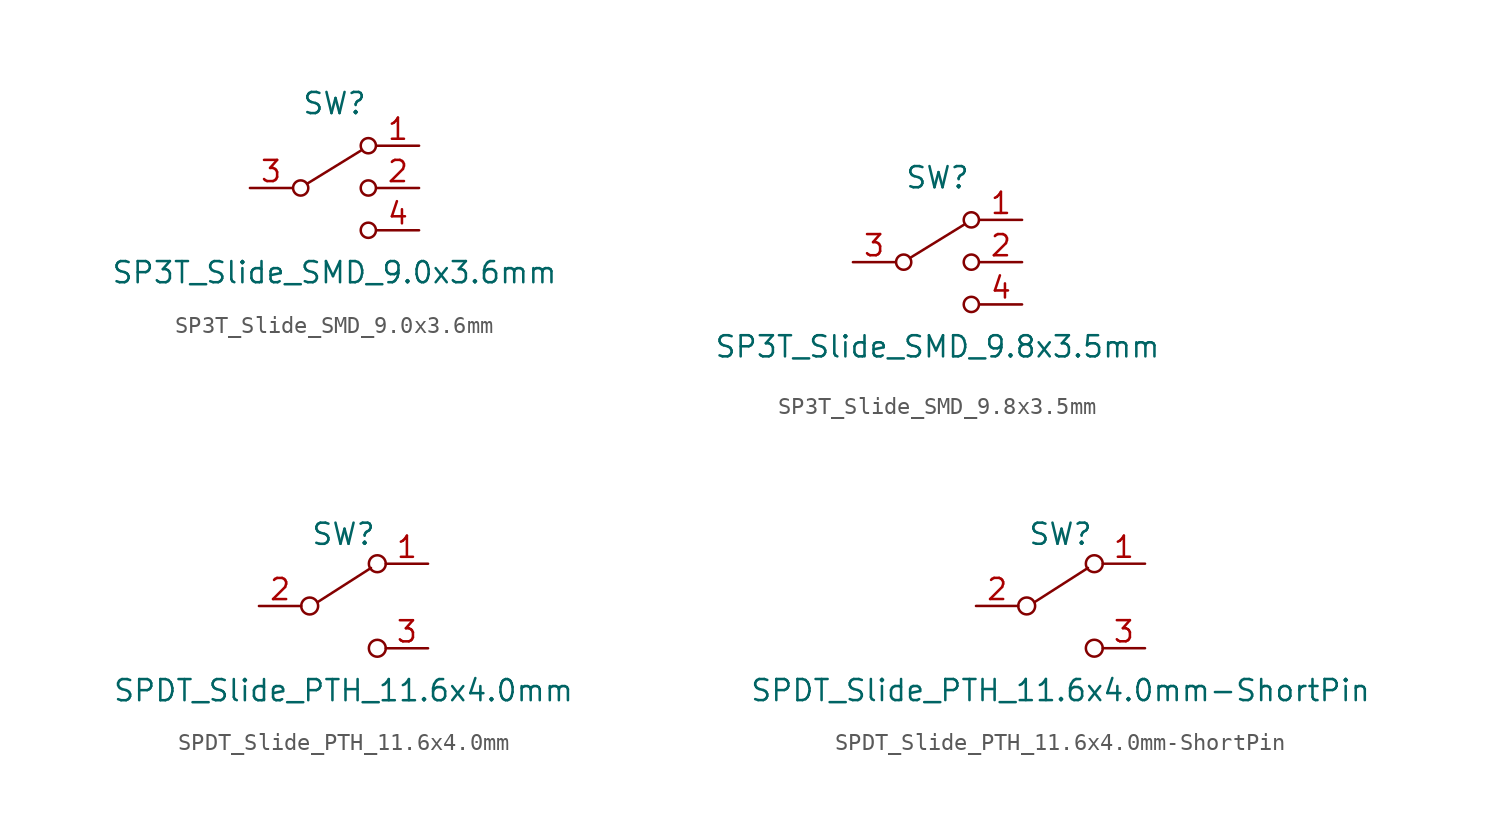
<source format=kicad_sym>
(kicad_symbol_lib
  (version 20231120)
  (generator "kicad_symbol_editor")
  (generator_version "8.0")
  (symbol "SP3T_Slide_SMD_9.0x3.6mm"
    (pin_names
      (offset 0) hide)
    (property "Reference" "SW"
      (at 0 5.08 0)
      (effects (font (size 1.27 1.27))))
    (property "Value" "SP3T_Slide_SMD_9.0x3.6mm"
      (at 0 -5.08 0)
      (effects (font (size 1.27 1.27))))
    (symbol "SP3T_Slide_SMD_9.0x3.6mm_0_1"
      (circle (center -2.032 0) (radius 0.457) (stroke (width 0) (type default)) (fill (type none)))
      (polyline (pts (xy -1.651 0.254) (xy 1.651 2.286)) (stroke (width 0) (type default)) (fill (type none)))
      (circle (center 2.032 -2.54) (radius 0.457) (stroke (width 0) (type default)) (fill (type none)))
      (circle (center 2.032 0) (radius 0.457) (stroke (width 0) (type default)) (fill (type none)))
      (circle (center 2.032 2.54) (radius 0.457) (stroke (width 0) (type default)) (fill (type none))))
    (symbol "SP3T_Slide_SMD_9.0x3.6mm_1_1"
      (pin passive line (at 5.08 2.54 180) (length 2.54) (name "1" (effects (font (size 1.27 1.27)))) (number "1" (effects (font (size 1.27 1.27)))))
      (pin passive line (at 5.08 0 180) (length 2.54) (name "2" (effects (font (size 1.27 1.27)))) (number "2" (effects (font (size 1.27 1.27)))))
      (pin passive line (at -5.08 0 0) (length 2.54) (name "3" (effects (font (size 1.27 1.27)))) (number "3" (effects (font (size 1.27 1.27)))))
      (pin passive line (at 5.08 -2.54 180) (length 2.54) (name "4" (effects (font (size 1.27 1.27)))) (number "4" (effects (font (size 1.27 1.27)))))
      (pin no_connect line (at -5.08 2.54 0) (length 2.54) hide (name "NC" (effects (font (size 1.27 1.27)))) (number "NC" (effects (font (size 1.27 1.27)))))))
  (symbol "SP3T_Slide_SMD_9.8x3.5mm"
    (pin_names
      (offset 0) hide)
    (property "Reference" "SW"
      (at 0 5.08 0)
      (effects (font (size 1.27 1.27))))
    (property "Value" "SP3T_Slide_SMD_9.8x3.5mm"
      (at 0 -5.08 0)
      (effects (font (size 1.27 1.27))))
    (symbol "SP3T_Slide_SMD_9.8x3.5mm_0_1"
      (circle (center -2.032 0) (radius 0.457) (stroke (width 0) (type default)) (fill (type none)))
      (polyline (pts (xy -1.651 0.254) (xy 1.651 2.286)) (stroke (width 0) (type default)) (fill (type none)))
      (circle (center 2.032 -2.54) (radius 0.457) (stroke (width 0) (type default)) (fill (type none)))
      (circle (center 2.032 0) (radius 0.457) (stroke (width 0) (type default)) (fill (type none)))
      (circle (center 2.032 2.54) (radius 0.457) (stroke (width 0) (type default)) (fill (type none))))
    (symbol "SP3T_Slide_SMD_9.8x3.5mm_1_1"
      (pin passive line (at 5.08 2.54 180) (length 2.54) (name "1" (effects (font (size 1.27 1.27)))) (number "1" (effects (font (size 1.27 1.27)))))
      (pin passive line (at 5.08 0 180) (length 2.54) (name "2" (effects (font (size 1.27 1.27)))) (number "2" (effects (font (size 1.27 1.27)))))
      (pin passive line (at -5.08 0 0) (length 2.54) (name "3" (effects (font (size 1.27 1.27)))) (number "3" (effects (font (size 1.27 1.27)))))
      (pin passive line (at 5.08 -2.54 180) (length 2.54) (name "4" (effects (font (size 1.27 1.27)))) (number "4" (effects (font (size 1.27 1.27)))))
      (pin no_connect line (at -5.08 2.54 0) (length 2.54) hide (name "5" (effects (font (size 1.27 1.27)))) (number "5" (effects (font (size 1.27 1.27)))))
      (pin no_connect line (at -5.08 5.08 0) (length 2.54) hide (name "6" (effects (font (size 1.27 1.27)))) (number "6" (effects (font (size 1.27 1.27)))))
      (pin no_connect line (at -5.08 7.62 0) (length 2.54) hide (name "7" (effects (font (size 1.27 1.27)))) (number "7" (effects (font (size 1.27 1.27)))))
      (pin no_connect line (at -5.08 10.16 0) (length 2.54) hide (name "8" (effects (font (size 1.27 1.27)))) (number "8" (effects (font (size 1.27 1.27)))))))
  (symbol "SPDT_Slide_PTH_11.6x4.0mm"
    (pin_names
      (offset 0) hide)
    (property "Reference" "SW"
      (at 0 4.318 0)
      (effects (font (size 1.27 1.27))))
    (property "Value" "SPDT_Slide_PTH_11.6x4.0mm"
      (at 0 -5.08 0)
      (effects (font (size 1.27 1.27))))
    (symbol "SPDT_Slide_PTH_11.6x4.0mm_0_0"
      (circle (center -2.032 0) (radius 0.508) (stroke (width 0) (type default)) (fill (type none)))
      (circle (center 2.032 -2.54) (radius 0.508) (stroke (width 0) (type default)) (fill (type none))))
    (symbol "SPDT_Slide_PTH_11.6x4.0mm_0_1"
      (polyline (pts (xy -1.524 0.254) (xy 1.651 2.286)) (stroke (width 0) (type default)) (fill (type none)))
      (circle (center 2.032 2.54) (radius 0.508) (stroke (width 0) (type default)) (fill (type none))))
    (symbol "SPDT_Slide_PTH_11.6x4.0mm_1_1"
      (pin passive line (at 5.08 2.54 180) (length 2.54) (name "A" (effects (font (size 1.27 1.27)))) (number "1" (effects (font (size 1.27 1.27)))))
      (pin passive line (at -5.08 0 0) (length 2.54) (name "B" (effects (font (size 1.27 1.27)))) (number "2" (effects (font (size 1.27 1.27)))))
      (pin passive line (at 5.08 -2.54 180) (length 2.54) (name "C" (effects (font (size 1.27 1.27)))) (number "3" (effects (font (size 1.27 1.27)))))))
  (symbol "SPDT_Slide_PTH_11.6x4.0mm-ShortPin"
    (pin_names
      (offset 0) hide)
    (property "Reference" "SW"
      (at 0 4.318 0)
      (effects (font (size 1.27 1.27))))
    (property "Value" "SPDT_Slide_PTH_11.6x4.0mm-ShortPin"
      (at 0 -5.08 0)
      (effects (font (size 1.27 1.27))))
    (symbol "SPDT_Slide_PTH_11.6x4.0mm-ShortPin_0_0"
      (circle (center -2.032 0) (radius 0.508) (stroke (width 0) (type default)) (fill (type none)))
      (circle (center 2.032 -2.54) (radius 0.508) (stroke (width 0) (type default)) (fill (type none))))
    (symbol "SPDT_Slide_PTH_11.6x4.0mm-ShortPin_0_1"
      (polyline (pts (xy -1.524 0.254) (xy 1.651 2.286)) (stroke (width 0) (type default)) (fill (type none)))
      (circle (center 2.032 2.54) (radius 0.508) (stroke (width 0) (type default)) (fill (type none))))
    (symbol "SPDT_Slide_PTH_11.6x4.0mm-ShortPin_1_1"
      (pin passive line (at 5.08 2.54 180) (length 2.54) (name "A" (effects (font (size 1.27 1.27)))) (number "1" (effects (font (size 1.27 1.27)))))
      (pin passive line (at -5.08 0 0) (length 2.54) (name "B" (effects (font (size 1.27 1.27)))) (number "2" (effects (font (size 1.27 1.27)))))
      (pin passive line (at 5.08 -2.54 180) (length 2.54) (name "C" (effects (font (size 1.27 1.27)))) (number "3" (effects (font (size 1.27 1.27))))))))
</source>
